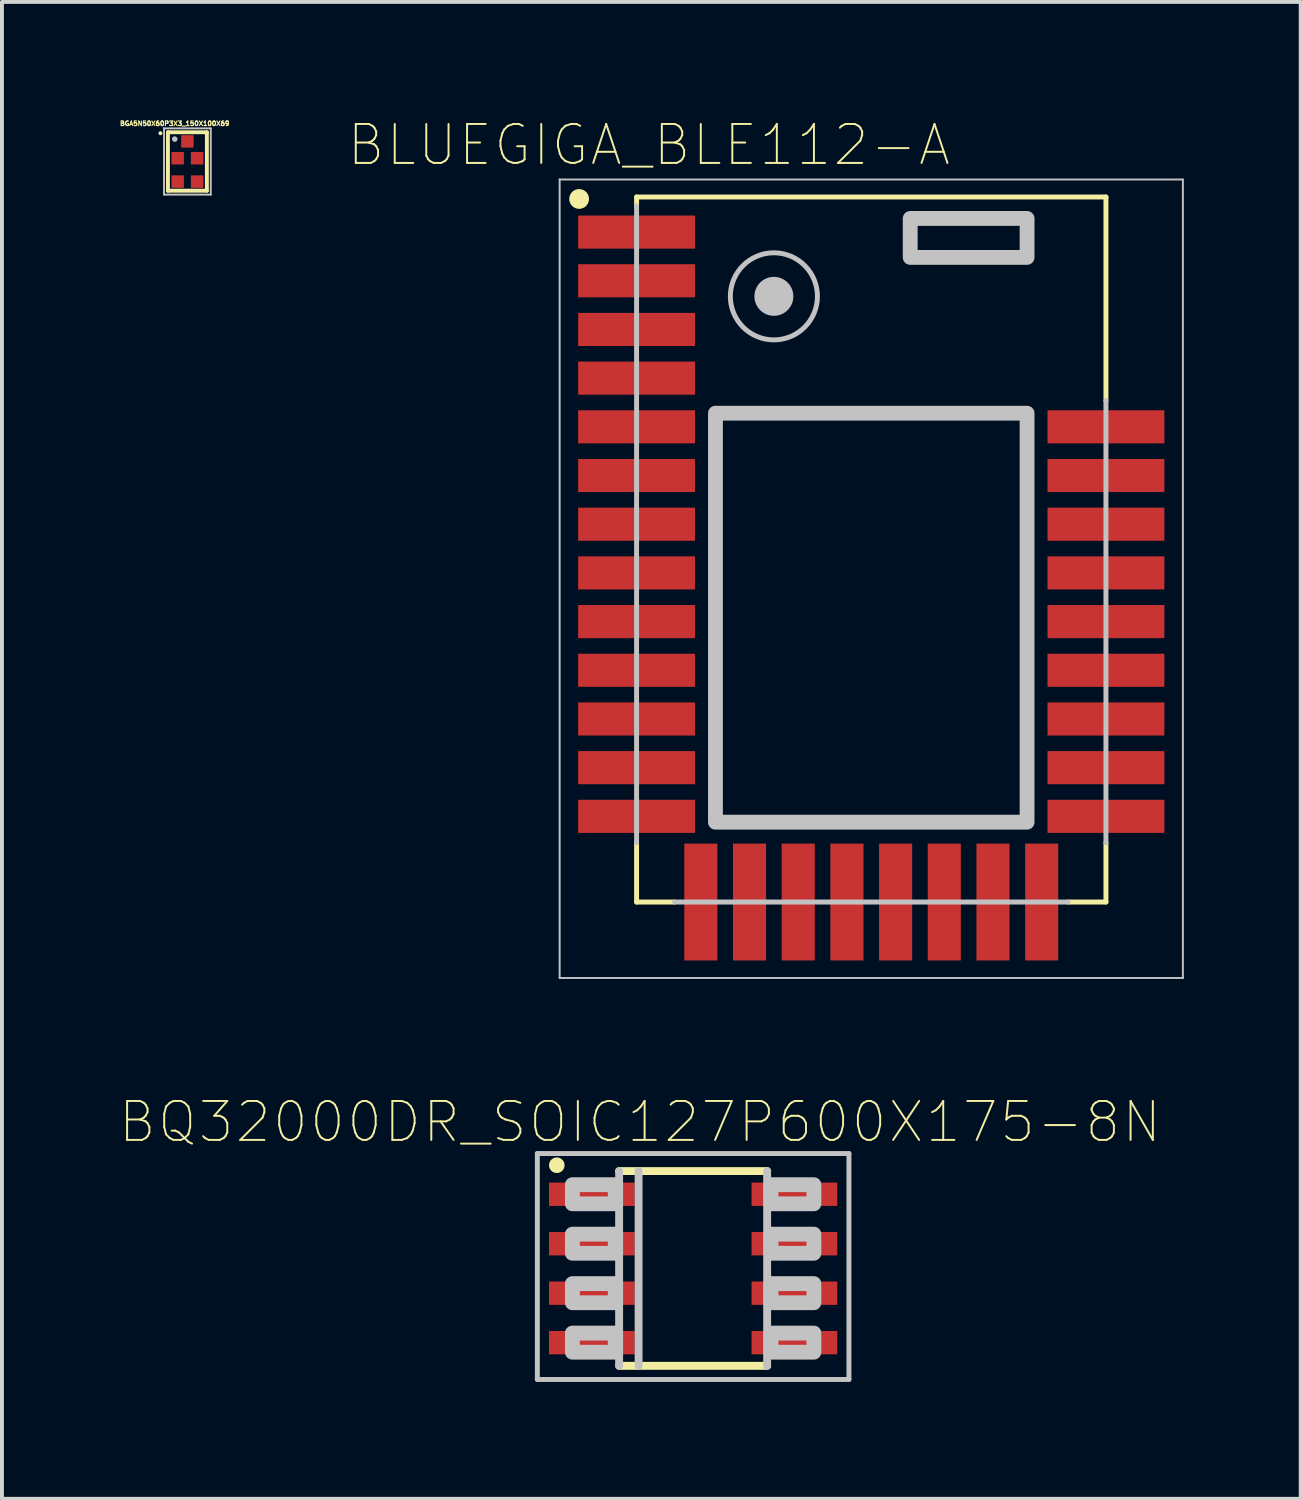
<source format=kicad_pcb>
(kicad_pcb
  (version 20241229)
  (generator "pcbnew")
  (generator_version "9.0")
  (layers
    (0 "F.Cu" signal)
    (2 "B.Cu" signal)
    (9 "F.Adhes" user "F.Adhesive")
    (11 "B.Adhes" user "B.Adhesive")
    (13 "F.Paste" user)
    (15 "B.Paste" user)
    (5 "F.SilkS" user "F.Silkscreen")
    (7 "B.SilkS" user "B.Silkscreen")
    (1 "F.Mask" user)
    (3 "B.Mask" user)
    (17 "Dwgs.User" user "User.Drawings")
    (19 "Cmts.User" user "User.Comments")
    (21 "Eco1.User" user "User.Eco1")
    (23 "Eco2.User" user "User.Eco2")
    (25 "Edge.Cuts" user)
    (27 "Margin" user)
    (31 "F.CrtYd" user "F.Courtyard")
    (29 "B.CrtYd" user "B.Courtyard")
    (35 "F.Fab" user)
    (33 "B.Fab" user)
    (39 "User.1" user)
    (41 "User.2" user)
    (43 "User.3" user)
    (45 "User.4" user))
  (footprint "BGA5N50X60P3X3_150X100X69"
    (layer "F.Cu")
    (at 1.761 1.096)
    (property "Reference" "BGA5N50X60P3X3_150X100X69" (at -0.325 -0.975 0) (layer "F.SilkS") (effects (font (size 0.118 0.118) (thickness 0.05))))
    (attr smd)
    (fp_circle (center -0.25 -0.084) (end -0.14 -0.084) (stroke (width 0) (type solid)) (fill yes) (layer "F.Mask"))
    (fp_circle (center -0.25 0.516) (end -0.14 0.516) (stroke (width 0) (type solid)) (fill yes) (layer "F.Mask"))
    (fp_circle (center 0 -0.516) (end 0.11 -0.516) (stroke (width 0) (type solid)) (fill yes) (layer "F.Mask"))
    (fp_circle (center 0.25 -0.084) (end 0.36 -0.084) (stroke (width 0) (type solid)) (fill yes) (layer "F.Mask"))
    (fp_circle (center 0.25 0.516) (end 0.36 0.516) (stroke (width 0) (type solid)) (fill yes) (layer "F.Mask"))
    (fp_line (start -0.5 -0.75) (end -0.5 0.75) (stroke (width 0.1) (type solid)) (layer "F.SilkS"))
    (fp_line (start -0.5 0.75) (end 0.5 0.75) (stroke (width 0.1) (type solid)) (layer "F.SilkS"))
    (fp_line (start 0.5 -0.75) (end -0.5 -0.75) (stroke (width 0.1) (type solid)) (layer "F.SilkS"))
    (fp_line (start 0.5 0.75) (end 0.5 -0.75) (stroke (width 0.1) (type solid)) (layer "F.SilkS"))
    (fp_circle (center -0.692 -0.726) (end -0.641 -0.726) (stroke (width 0) (type solid)) (fill yes) (layer "F.SilkS"))
    (fp_circle (center -0.25 -0.084) (end -0.14 -0.084) (stroke (width 0) (type solid)) (fill yes) (layer "F.Paste"))
    (fp_circle (center -0.25 0.516) (end -0.14 0.516) (stroke (width 0) (type solid)) (fill yes) (layer "F.Paste"))
    (fp_circle (center 0 -0.516) (end 0.11 -0.516) (stroke (width 0) (type solid)) (fill yes) (layer "F.Paste"))
    (fp_circle (center 0.25 -0.084) (end 0.36 -0.084) (stroke (width 0) (type solid)) (fill yes) (layer "F.Paste"))
    (fp_circle (center 0.25 0.516) (end 0.36 0.516) (stroke (width 0) (type solid)) (fill yes) (layer "F.Paste"))
    (fp_line (start -0.6 -0.85) (end 0.6 -0.85) (stroke (width 0.05) (type solid)) (layer "Dwgs.User"))
    (fp_line (start -0.6 0.85) (end -0.6 -0.85) (stroke (width 0.05) (type solid)) (layer "Dwgs.User"))
    (fp_line (start 0.6 -0.85) (end 0.6 0.85) (stroke (width 0.05) (type solid)) (layer "Dwgs.User"))
    (fp_line (start 0.6 0.85) (end -0.6 0.85) (stroke (width 0.05) (type solid)) (layer "Dwgs.User"))
    (fp_circle (center -0.325 -0.575) (end -0.254 -0.575) (stroke (width 0) (type solid)) (fill yes) (layer "Dwgs.User"))
    (pad "A2" smd rect (at -0.25 -0.084 90) (size 0.32 0.32) (layers "F.Cu" "F.Mask" "F.Paste"))
    (pad "A3" smd rect (at -0.25 0.516 90) (size 0.32 0.32) (layers "F.Cu" "F.Mask" "F.Paste"))
    (pad "B1" smd rect (at 0 -0.516 90) (size 0.32 0.32) (layers "F.Cu" "F.Mask" "F.Paste"))
    (pad "C2" smd rect (at 0.25 -0.084 90) (size 0.32 0.32) (layers "F.Cu" "F.Mask" "F.Paste"))
    (pad "C3" smd rect (at 0.25 0.516 90) (size 0.32 0.32) (layers "F.Cu" "F.Mask" "F.Paste")))
  (footprint "BQ32000DR_SOIC127P600X175-8N"
    (layer "F.Cu")
    (at 14.745 29.515)
    (property "Reference" "BQ32000DR_SOIC127P600X175-8N" (at -1.365 -3.76 0) (layer "F.SilkS") (effects (font (size 1 1) (thickness 0.05))))
    (attr smd)
    (fp_line (start -1.9 -2.5) (end 1.9 -2.5) (stroke (width 0.203) (type solid)) (layer "F.SilkS"))
    (fp_line (start 1.9 2.5) (end -1.9 2.5) (stroke (width 0.203) (type solid)) (layer "F.SilkS"))
    (fp_circle (center -3.5 -2.65) (end -3.3 -2.65) (stroke (width 0) (type solid)) (fill yes) (layer "F.SilkS"))
    (fp_line (start -4 -2.95) (end 4 -2.95) (stroke (width 0.127) (type solid)) (layer "Dwgs.User"))
    (fp_line (start -4 2.85) (end -4 -2.95) (stroke (width 0.127) (type solid)) (layer "Dwgs.User"))
    (fp_line (start -1.9 2.5) (end -1.9 -2.5) (stroke (width 0.203) (type solid)) (layer "Dwgs.User"))
    (fp_line (start -1.4 2.5) (end -1.4 -2.5) (stroke (width 0.203) (type solid)) (layer "Dwgs.User"))
    (fp_line (start 1.9 -2.5) (end 1.9 2.5) (stroke (width 0.203) (type solid)) (layer "Dwgs.User"))
    (fp_line (start 4 -2.95) (end 4 2.85) (stroke (width 0.127) (type solid)) (layer "Dwgs.User"))
    (fp_line (start 4 2.85) (end -4 2.85) (stroke (width 0.127) (type solid)) (layer "Dwgs.User"))
    (fp_poly (pts (xy -2 -2.15) (xy -2 -1.66) (xy -3.1 -1.66) (xy -3.1 -2.15)) (stroke (width 0.381) (type solid)) (fill no) (layer "Dwgs.User"))
    (fp_poly (pts (xy -2 -0.88) (xy -2 -0.39) (xy -3.1 -0.39) (xy -3.1 -0.88)) (stroke (width 0.381) (type solid)) (fill no) (layer "Dwgs.User"))
    (fp_poly (pts (xy -2 0.39) (xy -2 0.88) (xy -3.1 0.88) (xy -3.1 0.39)) (stroke (width 0.381) (type solid)) (fill no) (layer "Dwgs.User"))
    (fp_poly (pts (xy -2 1.66) (xy -2 2.15) (xy -3.1 2.15) (xy -3.1 1.66)) (stroke (width 0.381) (type solid)) (fill no) (layer "Dwgs.User"))
    (fp_poly (pts (xy 3.1 -2.15) (xy 3.1 -1.66) (xy 2 -1.66) (xy 2 -2.15)) (stroke (width 0.381) (type solid)) (fill no) (layer "Dwgs.User"))
    (fp_poly (pts (xy 3.1 -0.88) (xy 3.1 -0.39) (xy 2 -0.39) (xy 2 -0.88)) (stroke (width 0.381) (type solid)) (fill no) (layer "Dwgs.User"))
    (fp_poly (pts (xy 3.1 0.39) (xy 3.1 0.88) (xy 2 0.88) (xy 2 0.39)) (stroke (width 0.381) (type solid)) (fill no) (layer "Dwgs.User"))
    (fp_poly (pts (xy 3.1 1.66) (xy 3.1 2.15) (xy 2 2.15) (xy 2 1.66)) (stroke (width 0.381) (type solid)) (fill no) (layer "Dwgs.User"))
    (pad "1" smd rect (at -2.6 -1.905 270) (size 0.6 2.2) (layers "F.Cu" "F.Mask" "F.Paste"))
    (pad "2" smd rect (at -2.6 -0.635 270) (size 0.6 2.2) (layers "F.Cu" "F.Mask" "F.Paste"))
    (pad "3" smd rect (at -2.6 0.635 270) (size 0.6 2.2) (layers "F.Cu" "F.Mask" "F.Paste"))
    (pad "4" smd rect (at -2.6 1.905 270) (size 0.6 2.2) (layers "F.Cu" "F.Mask" "F.Paste"))
    (pad "5" smd rect (at 2.6 1.905 270) (size 0.6 2.2) (layers "F.Cu" "F.Mask" "F.Paste"))
    (pad "6" smd rect (at 2.6 0.635 270) (size 0.6 2.2) (layers "F.Cu" "F.Mask" "F.Paste"))
    (pad "7" smd rect (at 2.6 -0.635 270) (size 0.6 2.2) (layers "F.Cu" "F.Mask" "F.Paste"))
    (pad "8" smd rect (at 2.6 -1.905 270) (size 0.6 2.2) (layers "F.Cu" "F.Mask" "F.Paste")))
  (footprint "BLUEGIGA_BLE112-A"
    (layer "F.Cu")
    (at 19.318 11.058)
    (property "Reference" "BLUEGIGA_BLE112-A" (at -5.71 -10.385 0) (layer "F.SilkS") (effects (font (size 1 1) (thickness 0.05))))
    (attr smd)
    (fp_line (start -6.025 -9.05) (end -6.025 -8.825) (stroke (width 0.127) (type solid)) (layer "F.SilkS"))
    (fp_line (start -6.025 -9.05) (end 6.025 -9.05) (stroke (width 0.127) (type solid)) (layer "F.SilkS"))
    (fp_line (start -6.025 7.525) (end -6.025 9.05) (stroke (width 0.127) (type solid)) (layer "F.SilkS"))
    (fp_line (start -6.025 9.05) (end -5.05 9.05) (stroke (width 0.127) (type solid)) (layer "F.SilkS"))
    (fp_line (start 5.05 9.05) (end 6.025 9.05) (stroke (width 0.127) (type solid)) (layer "F.SilkS"))
    (fp_line (start 6.025 -9.05) (end 6.025 -3.825) (stroke (width 0.127) (type solid)) (layer "F.SilkS"))
    (fp_line (start 6.025 9.05) (end 6.025 7.525) (stroke (width 0.127) (type solid)) (layer "F.SilkS"))
    (fp_circle (center -7.5 -9) (end -7.246 -9) (stroke (width 0) (type solid)) (fill yes) (layer "F.SilkS"))
    (fp_line (start -8 -9.5) (end -8 11) (stroke (width 0.05) (type solid)) (layer "Dwgs.User"))
    (fp_line (start -8 11) (end 8 11) (stroke (width 0.05) (type solid)) (layer "Dwgs.User"))
    (fp_line (start -6.025 -8.825) (end -6.025 7.525) (stroke (width 0.127) (type solid)) (layer "Dwgs.User"))
    (fp_line (start -5.05 9.05) (end 5.05 9.05) (stroke (width 0.127) (type solid)) (layer "Dwgs.User"))
    (fp_line (start 6.025 7.525) (end 6.025 -3.825) (stroke (width 0.127) (type solid)) (layer "Dwgs.User"))
    (fp_line (start 8 -9.5) (end -8 -9.5) (stroke (width 0.05) (type solid)) (layer "Dwgs.User"))
    (fp_line (start 8 11) (end 8 -9.5) (stroke (width 0.05) (type solid)) (layer "Dwgs.User"))
    (fp_circle (center -2.5 -6.5) (end -2 -6.5) (stroke (width 0) (type solid)) (fill yes) (layer "Dwgs.User"))
    (fp_circle (center -2.5 -6.5) (end -1.382 -6.5) (stroke (width 0.127) (type solid)) (fill no) (layer "Dwgs.User"))
    (fp_poly (pts (xy -4 -3.5) (xy 4 -3.5) (xy 4 7) (xy -4 7)) (stroke (width 0.381) (type solid)) (fill no) (layer "Dwgs.User"))
    (fp_poly (pts (xy 1 -8.5) (xy 4 -8.5) (xy 4 -7.5) (xy 1 -7.5)) (stroke (width 0.381) (type solid)) (fill no) (layer "Dwgs.User"))
    (pad "1" smd rect (at -6.025 -8.15) (size 3 0.85) (layers "F.Cu" "F.Mask" "F.Paste"))
    (pad "2" smd rect (at -6.025 -6.9) (size 3 0.85) (layers "F.Cu" "F.Mask" "F.Paste"))
    (pad "3" smd rect (at -6.025 -5.65) (size 3 0.85) (layers "F.Cu" "F.Mask" "F.Paste"))
    (pad "4" smd rect (at -6.025 -4.4) (size 3 0.85) (layers "F.Cu" "F.Mask" "F.Paste"))
    (pad "5" smd rect (at -6.025 -3.15) (size 3 0.85) (layers "F.Cu" "F.Mask" "F.Paste"))
    (pad "6" smd rect (at -6.025 -1.9) (size 3 0.85) (layers "F.Cu" "F.Mask" "F.Paste"))
    (pad "7" smd rect (at -6.025 -0.65) (size 3 0.85) (layers "F.Cu" "F.Mask" "F.Paste"))
    (pad "8" smd rect (at -6.025 0.6) (size 3 0.85) (layers "F.Cu" "F.Mask" "F.Paste"))
    (pad "9" smd rect (at -6.025 1.85) (size 3 0.85) (layers "F.Cu" "F.Mask" "F.Paste"))
    (pad "10" smd rect (at -6.025 3.1) (size 3 0.85) (layers "F.Cu" "F.Mask" "F.Paste"))
    (pad "11" smd rect (at -6.025 4.35) (size 3 0.85) (layers "F.Cu" "F.Mask" "F.Paste"))
    (pad "12" smd rect (at -6.025 5.6) (size 3 0.85) (layers "F.Cu" "F.Mask" "F.Paste"))
    (pad "13" smd rect (at -6.025 6.85) (size 3 0.85) (layers "F.Cu" "F.Mask" "F.Paste"))
    (pad "14" smd rect (at -4.375 9.05 90) (size 3 0.85) (layers "F.Cu" "F.Mask" "F.Paste"))
    (pad "15" smd rect (at -3.125 9.05 90) (size 3 0.85) (layers "F.Cu" "F.Mask" "F.Paste"))
    (pad "16" smd rect (at -1.875 9.05 90) (size 3 0.85) (layers "F.Cu" "F.Mask" "F.Paste"))
    (pad "17" smd rect (at -0.625 9.05 90) (size 3 0.85) (layers "F.Cu" "F.Mask" "F.Paste"))
    (pad "18" smd rect (at 0.625 9.05 90) (size 3 0.85) (layers "F.Cu" "F.Mask" "F.Paste"))
    (pad "19" smd rect (at 1.875 9.05 90) (size 3 0.85) (layers "F.Cu" "F.Mask" "F.Paste"))
    (pad "20" smd rect (at 3.125 9.05 90) (size 3 0.85) (layers "F.Cu" "F.Mask" "F.Paste"))
    (pad "21" smd rect (at 4.375 9.05 90) (size 3 0.85) (layers "F.Cu" "F.Mask" "F.Paste"))
    (pad "22" smd rect (at 6.025 6.85 180) (size 3 0.85) (layers "F.Cu" "F.Mask" "F.Paste"))
    (pad "23" smd rect (at 6.025 5.6 180) (size 3 0.85) (layers "F.Cu" "F.Mask" "F.Paste"))
    (pad "24" smd rect (at 6.025 4.35 180) (size 3 0.85) (layers "F.Cu" "F.Mask" "F.Paste"))
    (pad "25" smd rect (at 6.025 3.1 180) (size 3 0.85) (layers "F.Cu" "F.Mask" "F.Paste"))
    (pad "26" smd rect (at 6.025 1.85 180) (size 3 0.85) (layers "F.Cu" "F.Mask" "F.Paste"))
    (pad "27" smd rect (at 6.025 0.6 180) (size 3 0.85) (layers "F.Cu" "F.Mask" "F.Paste"))
    (pad "28" smd rect (at 6.025 -0.65 180) (size 3 0.85) (layers "F.Cu" "F.Mask" "F.Paste"))
    (pad "29" smd rect (at 6.025 -1.9 180) (size 3 0.85) (layers "F.Cu" "F.Mask" "F.Paste"))
    (pad "30" smd rect (at 6.025 -3.15 180) (size 3 0.85) (layers "F.Cu" "F.Mask" "F.Paste")))
  (gr_rect
    (start -3 -3)
    (end 30.343 35.429)
    (stroke (width 0.1) (type default))
    (fill no)
    (layer "Edge.Cuts")))
</source>
